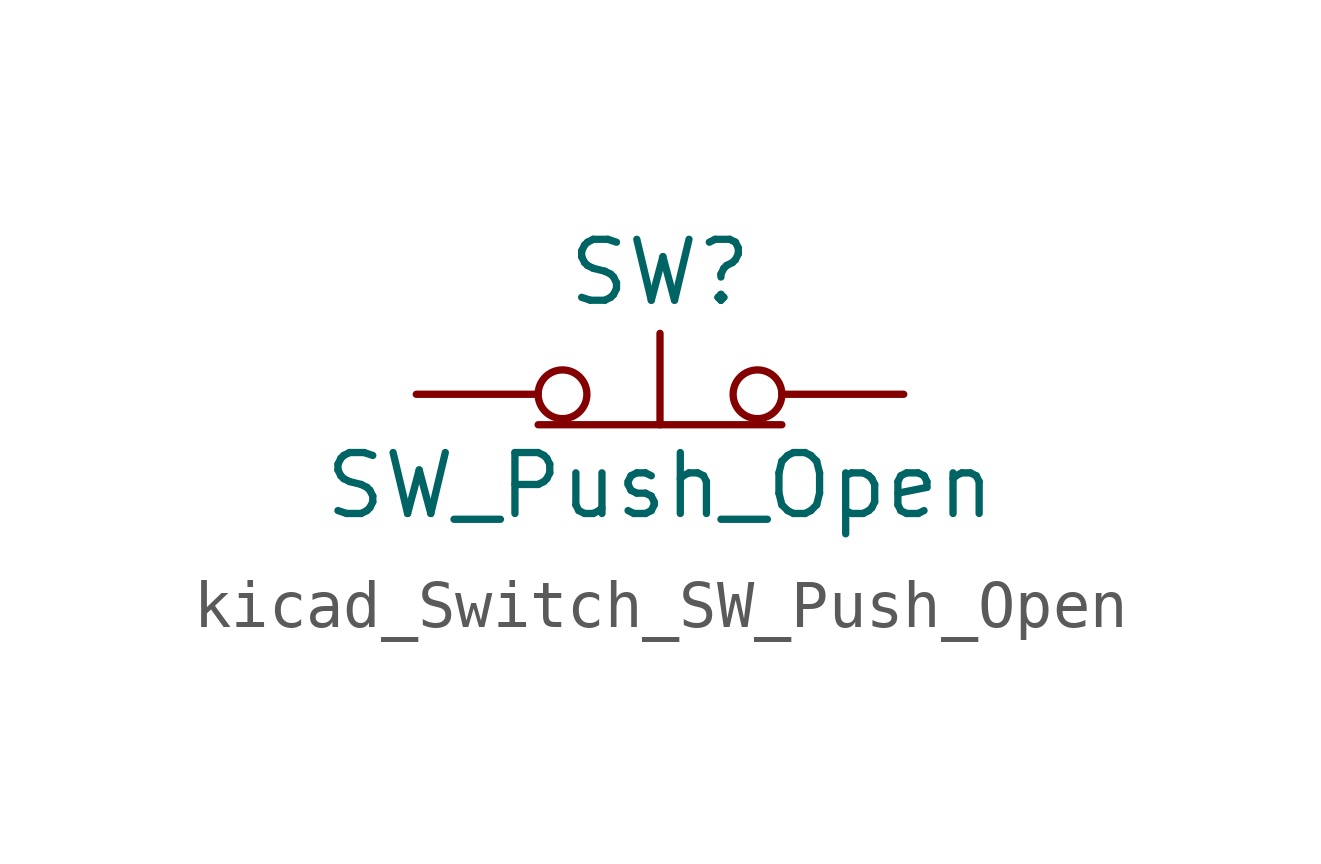
<source format=kicad_sym>
(kicad_symbol_lib
  (version 20220914)
  (generator kicad_symbol_editor)
  (symbol "kicad_Switch_SW_Push_Open"
    (pin_numbers hide)
    (pin_names
      (offset 1.016) hide)
    (property "Reference" "SW"
      (at 0 2.54 0)
      (effects (font (size 1.27 1.27))))
    (property "Value" "SW_Push_Open"
      (at 0 -1.905 0)
      (effects (font (size 1.27 1.27))))
    (symbol "kicad_Switch_SW_Push_Open_0_1"
      (circle (center -2.032 0) (radius 0.508) (stroke (width 0) (type default)) (fill (type none)))
      (polyline (pts (xy -2.54 -0.635) (xy 2.54 -0.635)) (stroke (width 0) (type default)) (fill (type none)))
      (polyline (pts (xy 0 -0.635) (xy 0 1.27)) (stroke (width 0) (type default)) (fill (type none)))
      (circle (center 2.032 0) (radius 0.508) (stroke (width 0) (type default)) (fill (type none)))
      (pin passive line (at -5.08 0 0) (length 2.54) (name "A" (effects (font (size 1.27 1.27)))) (number "1" (effects (font (size 1.27 1.27))))))
    (symbol "kicad_Switch_SW_Push_Open_1_1"
      (pin passive line (at 5.08 0 180) (length 2.54) (name "B" (effects (font (size 1.27 1.27)))) (number "2" (effects (font (size 1.27 1.27))))))))
</source>
